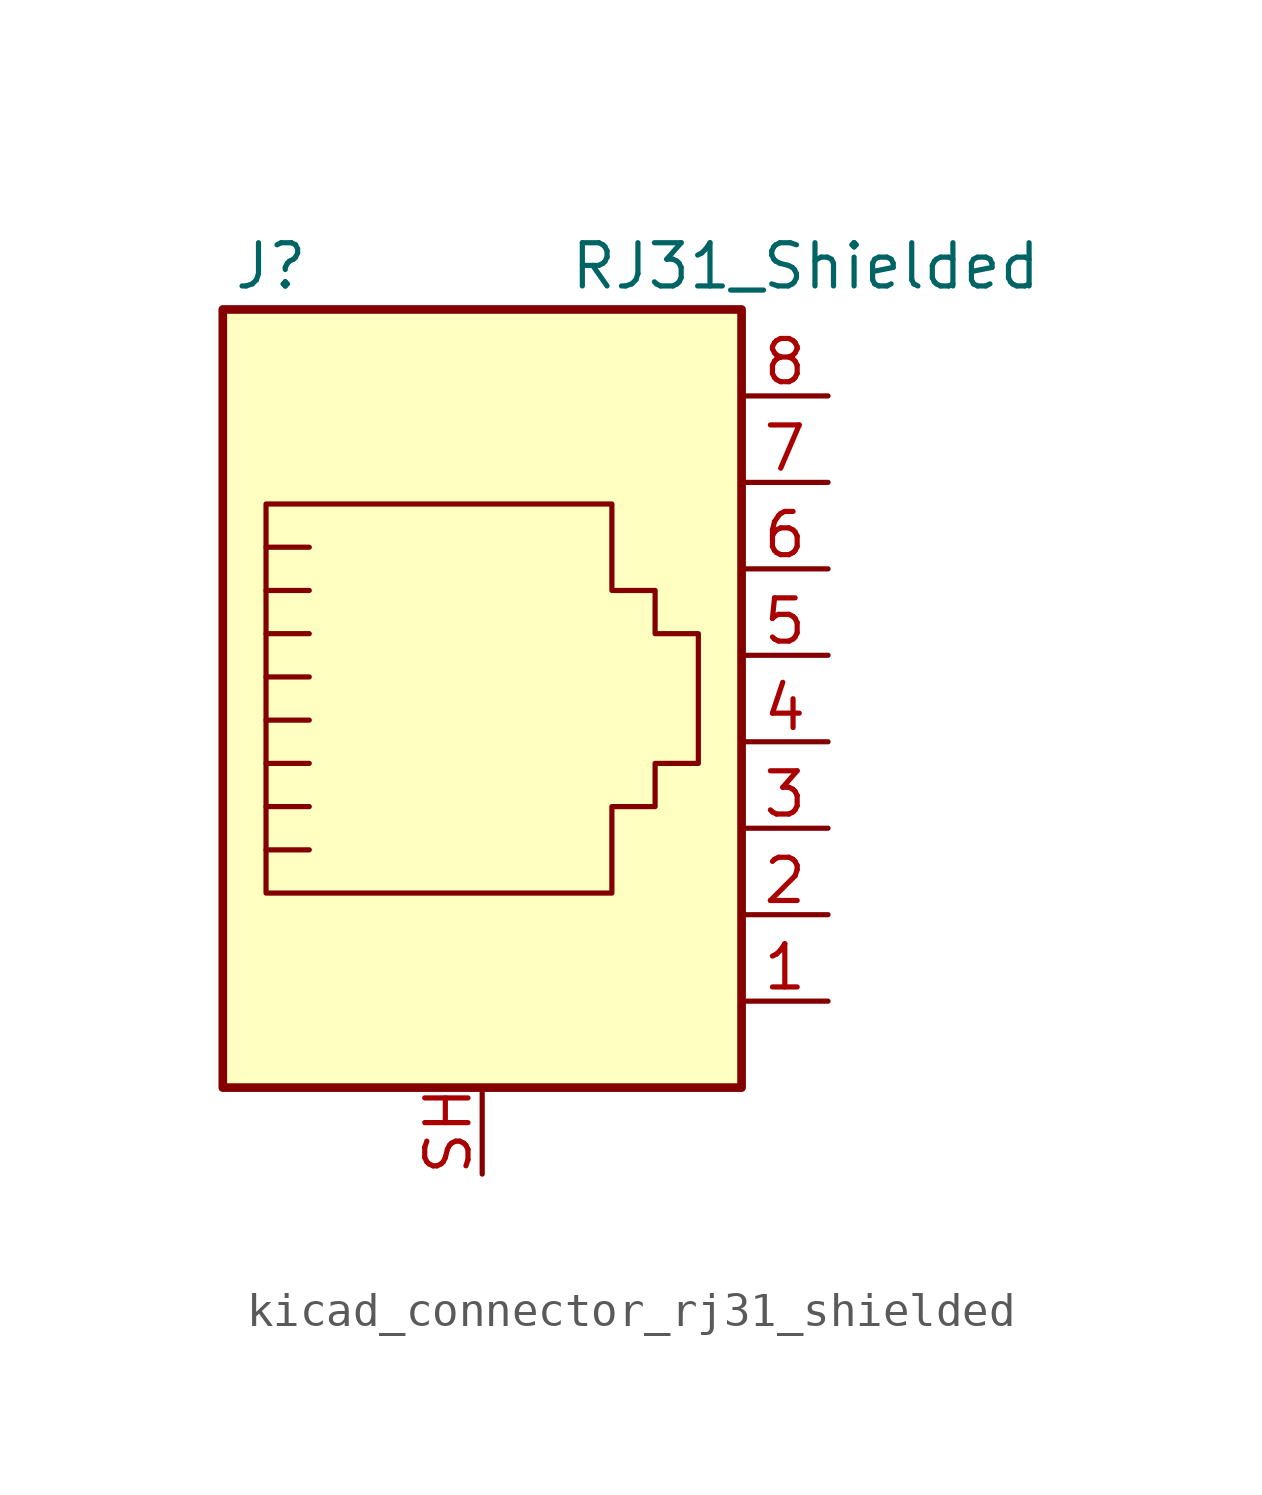
<source format=kicad_sym>
(kicad_symbol_lib
  (version 20220914)
  (generator kicad_symbol_editor)
  (symbol "kicad_connector_rj31_shielded"
    (pin_names
      (offset 1.016))
    (property "Reference" "J"
      (at -5.08 13.97 0)
      (effects (font (size 1.27 1.27)) (justify right)))
    (property "Value" "RJ31_Shielded"
      (at 2.54 13.97 0)
      (effects (font (size 1.27 1.27)) (justify left)))
    (symbol "kicad_connector_rj31_shielded_0_1"
      (polyline (pts (xy -5.08 4.445) (xy -6.35 4.445)) (stroke (width 0) (type default)) (fill (type none)))
      (polyline (pts (xy -5.08 5.715) (xy -6.35 5.715)) (stroke (width 0) (type default)) (fill (type none)))
      (polyline (pts (xy -6.35 -3.175) (xy -5.08 -3.175) (xy -5.08 -3.175)) (stroke (width 0) (type default)) (fill (type none)))
      (polyline (pts (xy -6.35 -1.905) (xy -5.08 -1.905) (xy -5.08 -1.905)) (stroke (width 0) (type default)) (fill (type none)))
      (polyline (pts (xy -6.35 -0.635) (xy -5.08 -0.635) (xy -5.08 -0.635)) (stroke (width 0) (type default)) (fill (type none)))
      (polyline (pts (xy -6.35 0.635) (xy -5.08 0.635) (xy -5.08 0.635)) (stroke (width 0) (type default)) (fill (type none)))
      (polyline (pts (xy -6.35 1.905) (xy -5.08 1.905) (xy -5.08 1.905)) (stroke (width 0) (type default)) (fill (type none)))
      (polyline (pts (xy -5.08 3.175) (xy -6.35 3.175) (xy -6.35 3.175)) (stroke (width 0) (type default)) (fill (type none)))
      (polyline (pts (xy -6.35 -4.445) (xy -6.35 6.985) (xy 3.81 6.985) (xy 3.81 4.445) (xy 5.08 4.445) (xy 5.08 3.175) (xy 6.35 3.175) (xy 6.35 -0.635) (xy 5.08 -0.635) (xy 5.08 -1.905) (xy 3.81 -1.905) (xy 3.81 -4.445) (xy -6.35 -4.445) (xy -6.35 -4.445)) (stroke (width 0) (type default)) (fill (type none)))
      (rectangle (start 7.62 12.7) (end -7.62 -10.16) (stroke (width 0.254) (type default)) (fill (type background))))
    (symbol "kicad_connector_rj31_shielded_1_1"
      (pin passive line (at 10.16 -7.62 180) (length 2.54) (name "~" (effects (font (size 1.27 1.27)))) (number "1" (effects (font (size 1.27 1.27)))))
      (pin passive line (at 10.16 -5.08 180) (length 2.54) (name "~" (effects (font (size 1.27 1.27)))) (number "2" (effects (font (size 1.27 1.27)))))
      (pin passive line (at 10.16 -2.54 180) (length 2.54) (name "~" (effects (font (size 1.27 1.27)))) (number "3" (effects (font (size 1.27 1.27)))))
      (pin passive line (at 10.16 0 180) (length 2.54) (name "~" (effects (font (size 1.27 1.27)))) (number "4" (effects (font (size 1.27 1.27)))))
      (pin passive line (at 10.16 2.54 180) (length 2.54) (name "~" (effects (font (size 1.27 1.27)))) (number "5" (effects (font (size 1.27 1.27)))))
      (pin passive line (at 10.16 5.08 180) (length 2.54) (name "~" (effects (font (size 1.27 1.27)))) (number "6" (effects (font (size 1.27 1.27)))))
      (pin passive line (at 10.16 7.62 180) (length 2.54) (name "~" (effects (font (size 1.27 1.27)))) (number "7" (effects (font (size 1.27 1.27)))))
      (pin passive line (at 10.16 10.16 180) (length 2.54) (name "~" (effects (font (size 1.27 1.27)))) (number "8" (effects (font (size 1.27 1.27)))))
      (pin passive line (at 0 -12.7 90) (length 2.54) (name "~" (effects (font (size 1.27 1.27)))) (number "SH" (effects (font (size 1.27 1.27))))))))
</source>
